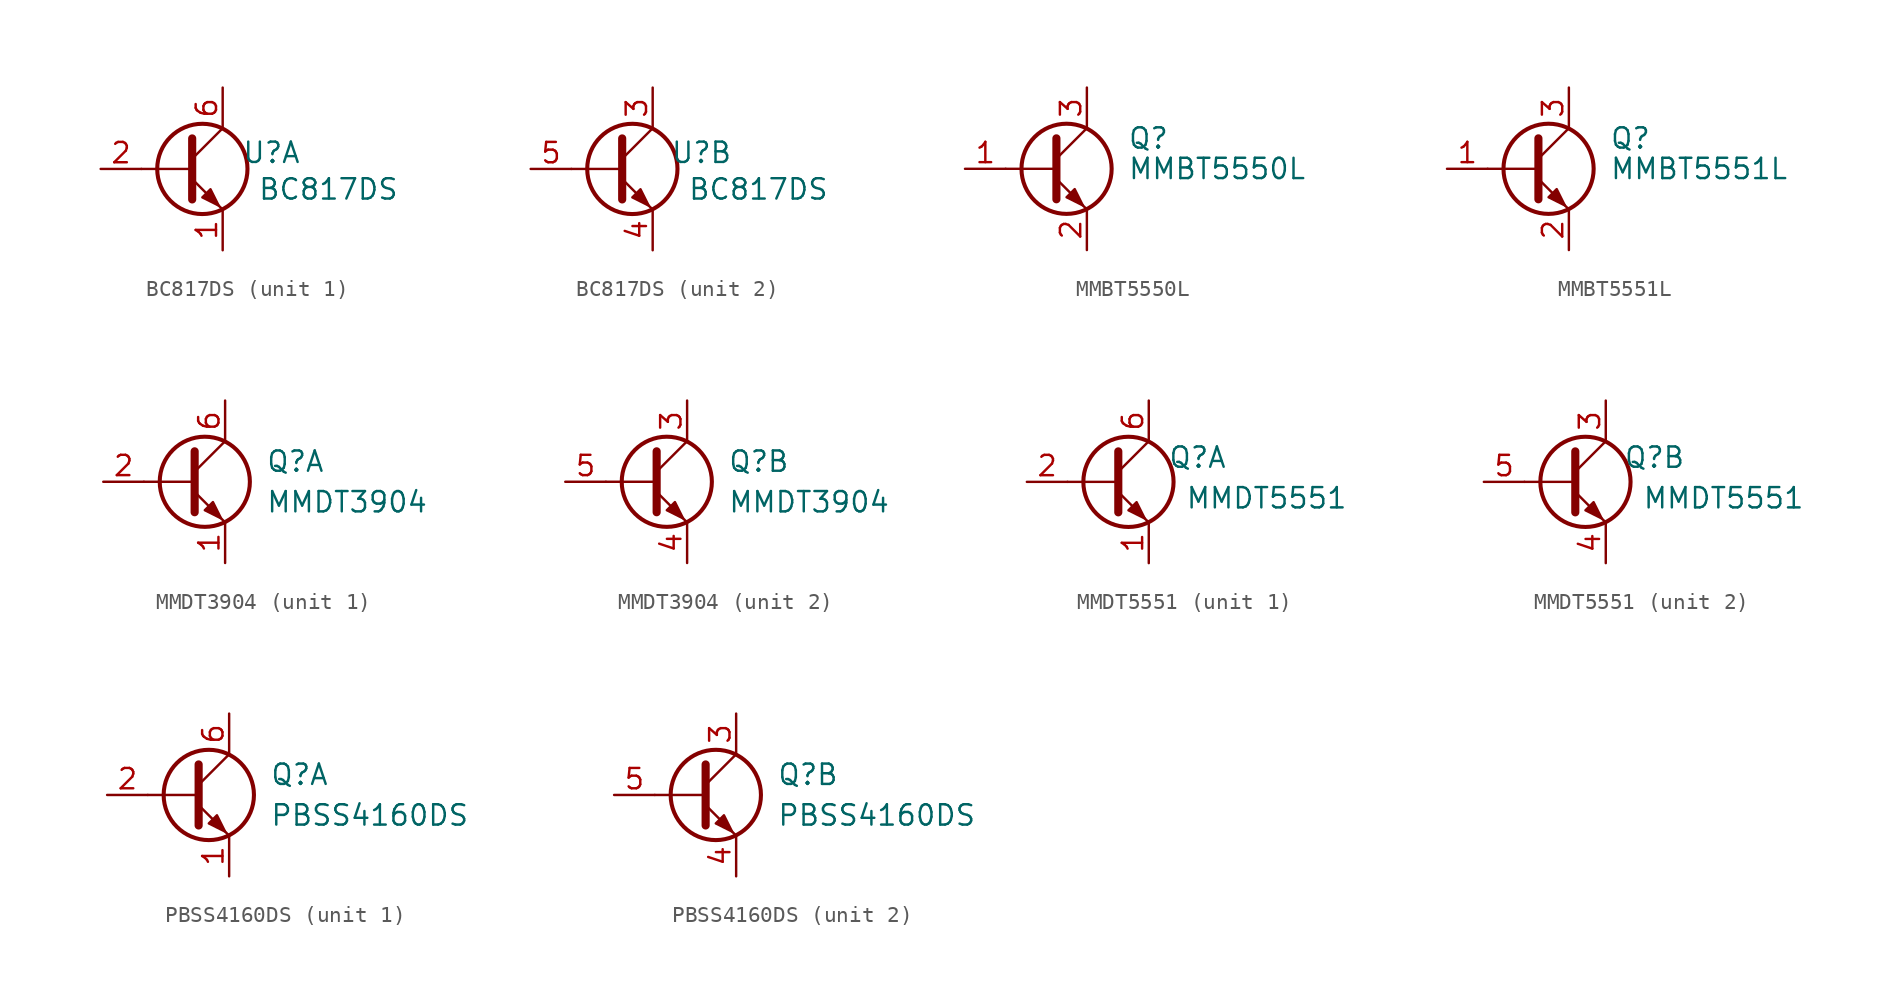
<source format=kicad_sym>
(kicad_symbol_lib
  (version 20241209)
  (generator "kicad_symbol_editor")
  (generator_version "9.0")
  (symbol "BC817DS"
    (pin_names
      (hide yes))
    (property "Reference" "U"
      (at 3.048 1.016 0)
      (effects (font (size 1.27 1.27))))
    (property "Value" "BC817DS"
      (at 6.604 -1.27 0)
      (effects (font (size 1.27 1.27))))
    (symbol "BC817DS_0_1"
      (polyline (pts (xy -5.08 0) (xy -1.905 0)) (stroke (width 0) (type solid)) (fill (type none)))
      (polyline (pts (xy -1.905 1.905) (xy -1.905 -1.905)) (stroke (width 0.508) (type solid)) (fill (type none)))
      (polyline (pts (xy -1.905 0.635) (xy 0 2.54)) (stroke (width 0) (type solid)) (fill (type none)))
      (polyline (pts (xy -1.905 -0.635) (xy 0 -2.54)) (stroke (width 0) (type solid)) (fill (type none)))
      (circle (center -1.27 0) (radius 2.819) (stroke (width 0.254) (type solid)) (fill (type none)))
      (polyline (pts (xy -1.27 -1.778) (xy -0.762 -1.27) (xy -0.254 -2.286) (xy -1.27 -1.778)) (stroke (width 0) (type solid)) (fill (type outline))))
    (symbol "BC817DS_1_1"
      (pin input line (at -7.62 0 0) (length 2.54) (name "B1" (effects (font (size 1.27 1.27)))) (number "2" (effects (font (size 1.27 1.27)))))
      (pin passive line (at 0 5.08 270) (length 2.54) (name "C1" (effects (font (size 1.27 1.27)))) (number "6" (effects (font (size 1.27 1.27)))))
      (pin passive line (at 0 -5.08 90) (length 2.54) (name "E1" (effects (font (size 1.27 1.27)))) (number "1" (effects (font (size 1.27 1.27))))))
    (symbol "BC817DS_2_1"
      (pin input line (at -7.62 0 0) (length 2.54) (name "B2" (effects (font (size 1.27 1.27)))) (number "5" (effects (font (size 1.27 1.27)))))
      (pin passive line (at 0 5.08 270) (length 2.54) (name "C2" (effects (font (size 1.27 1.27)))) (number "3" (effects (font (size 1.27 1.27)))))
      (pin passive line (at 0 -5.08 90) (length 2.54) (name "E2" (effects (font (size 1.27 1.27)))) (number "4" (effects (font (size 1.27 1.27)))))))
  (symbol "MMBT5550L"
    (pin_names
      (offset 0)
      (hide yes))
    (property "Reference" "Q"
      (at 5.08 1.905 0)
      (effects (font (size 1.27 1.27)) (justify left)))
    (property "Value" "MMBT5550L"
      (at 5.08 0 0)
      (effects (font (size 1.27 1.27)) (justify left)))
    (symbol "MMBT5550L_0_1"
      (polyline (pts (xy -2.54 0) (xy 0.635 0)) (stroke (width 0) (type default)) (fill (type none)))
      (polyline (pts (xy 0.635 1.905) (xy 0.635 -1.905)) (stroke (width 0.508) (type default)) (fill (type none)))
      (circle (center 1.27 0) (radius 2.819) (stroke (width 0.254) (type default)) (fill (type none))))
    (symbol "MMBT5550L_1_1"
      (polyline (pts (xy 0.635 0.635) (xy 2.54 2.54)) (stroke (width 0) (type default)) (fill (type none)))
      (polyline (pts (xy 0.635 -0.635) (xy 2.54 -2.54)) (stroke (width 0) (type default)) (fill (type none)))
      (polyline (pts (xy 1.27 -1.778) (xy 1.778 -1.27) (xy 2.286 -2.286) (xy 1.27 -1.778)) (stroke (width 0) (type default)) (fill (type outline)))
      (pin input line (at -5.08 0 0) (length 2.54) (name "B" (effects (font (size 1.27 1.27)))) (number "1" (effects (font (size 1.27 1.27)))))
      (pin passive line (at 2.54 5.08 270) (length 2.54) (name "C" (effects (font (size 1.27 1.27)))) (number "3" (effects (font (size 1.27 1.27)))))
      (pin passive line (at 2.54 -5.08 90) (length 2.54) (name "E" (effects (font (size 1.27 1.27)))) (number "2" (effects (font (size 1.27 1.27)))))))
  (symbol "MMBT5551L"
    (pin_names
      (offset 0)
      (hide yes))
    (property "Reference" "Q"
      (at 5.08 1.905 0)
      (effects (font (size 1.27 1.27)) (justify left)))
    (property "Value" "MMBT5551L"
      (at 5.08 0 0)
      (effects (font (size 1.27 1.27)) (justify left)))
    (symbol "MMBT5551L_0_1"
      (polyline (pts (xy -2.54 0) (xy 0.635 0)) (stroke (width 0) (type default)) (fill (type none)))
      (polyline (pts (xy 0.635 1.905) (xy 0.635 -1.905)) (stroke (width 0.508) (type default)) (fill (type none)))
      (circle (center 1.27 0) (radius 2.819) (stroke (width 0.254) (type default)) (fill (type none))))
    (symbol "MMBT5551L_1_1"
      (polyline (pts (xy 0.635 0.635) (xy 2.54 2.54)) (stroke (width 0) (type default)) (fill (type none)))
      (polyline (pts (xy 0.635 -0.635) (xy 2.54 -2.54)) (stroke (width 0) (type default)) (fill (type none)))
      (polyline (pts (xy 1.27 -1.778) (xy 1.778 -1.27) (xy 2.286 -2.286) (xy 1.27 -1.778)) (stroke (width 0) (type default)) (fill (type outline)))
      (pin input line (at -5.08 0 0) (length 2.54) (name "B" (effects (font (size 1.27 1.27)))) (number "1" (effects (font (size 1.27 1.27)))))
      (pin passive line (at 2.54 5.08 270) (length 2.54) (name "C" (effects (font (size 1.27 1.27)))) (number "3" (effects (font (size 1.27 1.27)))))
      (pin passive line (at 2.54 -5.08 90) (length 2.54) (name "E" (effects (font (size 1.27 1.27)))) (number "2" (effects (font (size 1.27 1.27)))))))
  (symbol "MMDT3904"
    (pin_names
      (offset 0)
      (hide yes))
    (property "Reference" "Q"
      (at 5.08 1.27 0)
      (effects (font (size 1.27 1.27)) (justify left)))
    (property "Value" "MMDT3904"
      (at 5.08 -1.27 0)
      (effects (font (size 1.27 1.27)) (justify left)))
    (property "ki_locked" ""
      (at 0 0 0)
      (effects (font (size 1.27 1.27))))
    (symbol "MMDT3904_0_1"
      (polyline (pts (xy 0.635 1.905) (xy 0.635 -1.905)) (stroke (width 0.508) (type default)) (fill (type none)))
      (polyline (pts (xy 0.635 0.635) (xy 2.54 2.54)) (stroke (width 0) (type default)) (fill (type none)))
      (polyline (pts (xy 0.635 0) (xy -2.54 0)) (stroke (width 0) (type default)) (fill (type none)))
      (polyline (pts (xy 0.635 -0.635) (xy 2.54 -2.54)) (stroke (width 0) (type default)) (fill (type none)))
      (circle (center 1.27 0) (radius 2.819) (stroke (width 0.254) (type default)) (fill (type none)))
      (polyline (pts (xy 1.27 -1.778) (xy 1.778 -1.27) (xy 2.286 -2.286) (xy 1.27 -1.778)) (stroke (width 0) (type default)) (fill (type outline))))
    (symbol "MMDT3904_1_1"
      (pin input line (at -5.08 0 0) (length 2.54) (name "B1" (effects (font (size 1.27 1.27)))) (number "2" (effects (font (size 1.27 1.27)))))
      (pin passive line (at 2.54 5.08 270) (length 2.54) (name "C1" (effects (font (size 1.27 1.27)))) (number "6" (effects (font (size 1.27 1.27)))))
      (pin passive line (at 2.54 -5.08 90) (length 2.54) (name "E1" (effects (font (size 1.27 1.27)))) (number "1" (effects (font (size 1.27 1.27))))))
    (symbol "MMDT3904_2_1"
      (pin input line (at -5.08 0 0) (length 2.54) (name "B2" (effects (font (size 1.27 1.27)))) (number "5" (effects (font (size 1.27 1.27)))))
      (pin passive line (at 2.54 5.08 270) (length 2.54) (name "C2" (effects (font (size 1.27 1.27)))) (number "3" (effects (font (size 1.27 1.27)))))
      (pin passive line (at 2.54 -5.08 90) (length 2.54) (name "E2" (effects (font (size 1.27 1.27)))) (number "4" (effects (font (size 1.27 1.27)))))))
  (symbol "MMDT5551"
    (pin_names
      (hide yes))
    (property "Reference" "Q"
      (at 3.048 1.524 0)
      (effects (font (size 1.27 1.27))))
    (property "Value" "MMDT5551"
      (at 7.366 -1.016 0)
      (effects (font (size 1.27 1.27))))
    (symbol "MMDT5551_0_1"
      (polyline (pts (xy -5.08 0) (xy -1.905 0)) (stroke (width 0) (type default)) (fill (type none)))
      (polyline (pts (xy -1.905 1.905) (xy -1.905 -1.905)) (stroke (width 0.508) (type default)) (fill (type none)))
      (circle (center -1.27 0) (radius 2.819) (stroke (width 0.254) (type default)) (fill (type none))))
    (symbol "MMDT5551_1_1"
      (polyline (pts (xy -1.905 0.635) (xy 0 2.54)) (stroke (width 0) (type default)) (fill (type none)))
      (polyline (pts (xy -1.905 -0.635) (xy 0 -2.54)) (stroke (width 0) (type default)) (fill (type none)))
      (polyline (pts (xy -1.27 -1.778) (xy -0.762 -1.27) (xy -0.254 -2.286) (xy -1.27 -1.778)) (stroke (width 0) (type default)) (fill (type outline)))
      (pin input line (at -7.62 0 0) (length 2.54) (name "B" (effects (font (size 1.27 1.27)))) (number "2" (effects (font (size 1.27 1.27)))))
      (pin passive line (at 0 5.08 270) (length 2.54) (name "C" (effects (font (size 1.27 1.27)))) (number "6" (effects (font (size 1.27 1.27)))))
      (pin passive line (at 0 -5.08 90) (length 2.54) (name "E" (effects (font (size 1.27 1.27)))) (number "1" (effects (font (size 1.27 1.27))))))
    (symbol "MMDT5551_2_1"
      (polyline (pts (xy -1.905 0.635) (xy 0 2.54)) (stroke (width 0) (type default)) (fill (type none)))
      (polyline (pts (xy -1.905 -0.635) (xy 0 -2.54)) (stroke (width 0) (type default)) (fill (type none)))
      (polyline (pts (xy -1.27 -1.778) (xy -0.762 -1.27) (xy -0.254 -2.286) (xy -1.27 -1.778)) (stroke (width 0) (type default)) (fill (type outline)))
      (pin input line (at -7.62 0 0) (length 2.54) (name "B" (effects (font (size 1.27 1.27)))) (number "5" (effects (font (size 1.27 1.27)))))
      (pin passive line (at 0 5.08 270) (length 2.54) (name "C" (effects (font (size 1.27 1.27)))) (number "3" (effects (font (size 1.27 1.27)))))
      (pin passive line (at 0 -5.08 90) (length 2.54) (name "E" (effects (font (size 1.27 1.27)))) (number "4" (effects (font (size 1.27 1.27)))))))
  (symbol "PBSS4160DS"
    (pin_names
      (offset 0)
      (hide yes))
    (property "Reference" "Q"
      (at 5.08 1.27 0)
      (effects (font (size 1.27 1.27)) (justify left)))
    (property "Value" "PBSS4160DS"
      (at 5.08 -1.27 0)
      (effects (font (size 1.27 1.27)) (justify left)))
    (property "ki_locked" ""
      (at 0 0 0)
      (effects (font (size 1.27 1.27))))
    (symbol "PBSS4160DS_0_1"
      (polyline (pts (xy 0.635 1.905) (xy 0.635 -1.905)) (stroke (width 0.508) (type default)) (fill (type none)))
      (polyline (pts (xy 0.635 0.635) (xy 2.54 2.54)) (stroke (width 0) (type default)) (fill (type none)))
      (polyline (pts (xy 0.635 0) (xy -2.54 0)) (stroke (width 0) (type default)) (fill (type none)))
      (polyline (pts (xy 0.635 -0.635) (xy 2.54 -2.54)) (stroke (width 0) (type default)) (fill (type none)))
      (circle (center 1.27 0) (radius 2.819) (stroke (width 0.254) (type default)) (fill (type none)))
      (polyline (pts (xy 1.27 -1.778) (xy 1.778 -1.27) (xy 2.286 -2.286) (xy 1.27 -1.778)) (stroke (width 0) (type default)) (fill (type outline))))
    (symbol "PBSS4160DS_1_1"
      (pin input line (at -5.08 0 0) (length 2.54) (name "B1" (effects (font (size 1.27 1.27)))) (number "2" (effects (font (size 1.27 1.27)))))
      (pin passive line (at 2.54 5.08 270) (length 2.54) (name "C1" (effects (font (size 1.27 1.27)))) (number "6" (effects (font (size 1.27 1.27)))))
      (pin passive line (at 2.54 -5.08 90) (length 2.54) (name "E1" (effects (font (size 1.27 1.27)))) (number "1" (effects (font (size 1.27 1.27))))))
    (symbol "PBSS4160DS_2_1"
      (pin input line (at -5.08 0 0) (length 2.54) (name "B2" (effects (font (size 1.27 1.27)))) (number "5" (effects (font (size 1.27 1.27)))))
      (pin passive line (at 2.54 5.08 270) (length 2.54) (name "C2" (effects (font (size 1.27 1.27)))) (number "3" (effects (font (size 1.27 1.27)))))
      (pin passive line (at 2.54 -5.08 90) (length 2.54) (name "E2" (effects (font (size 1.27 1.27)))) (number "4" (effects (font (size 1.27 1.27))))))))
</source>
